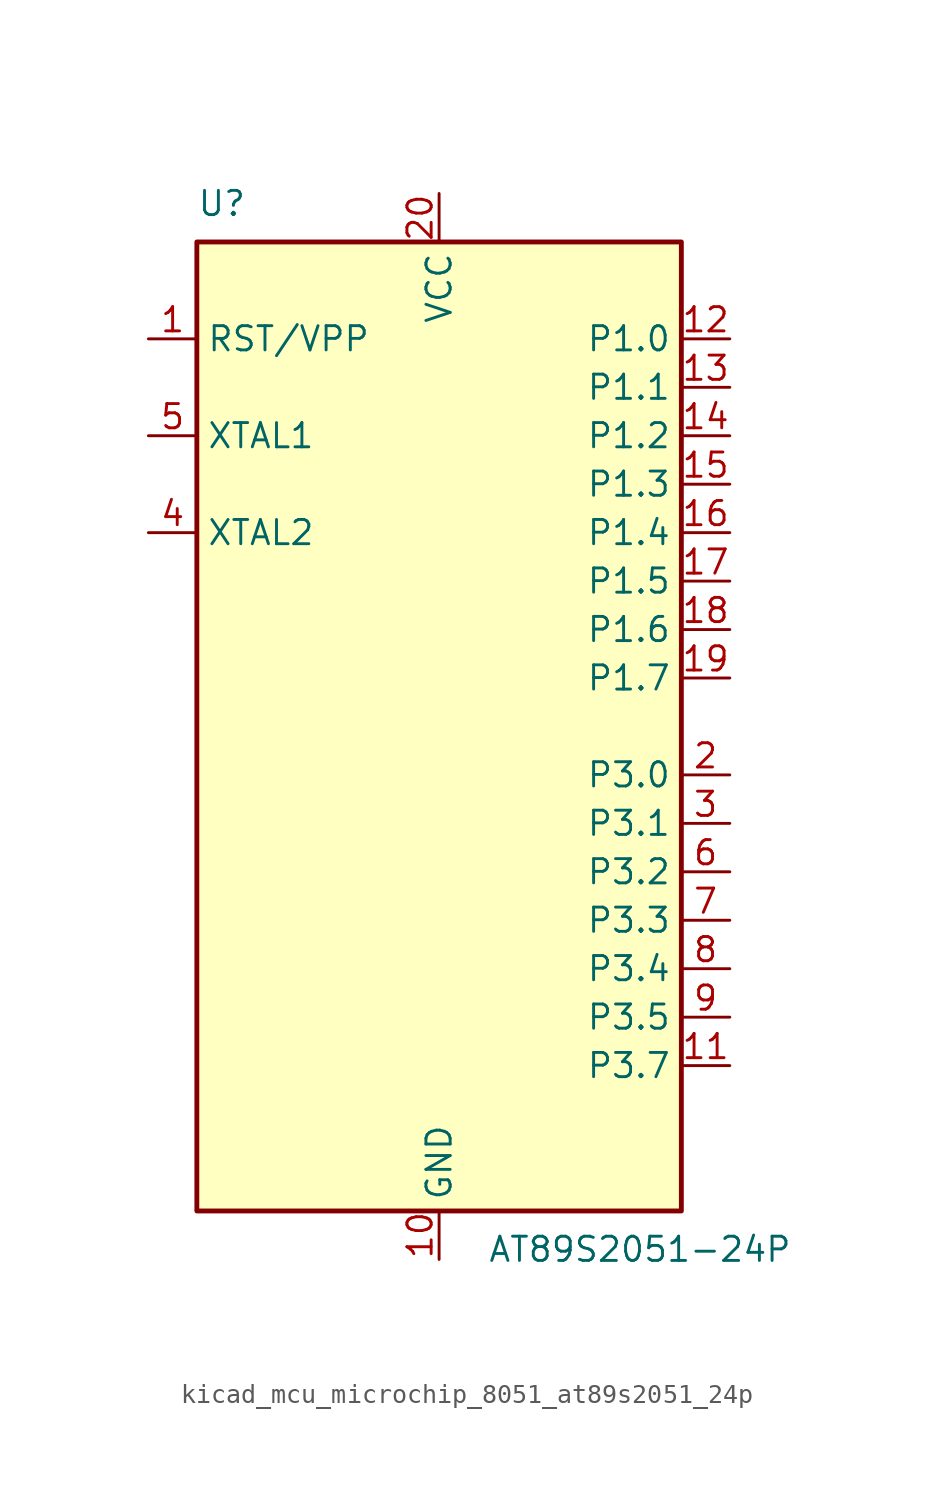
<source format=kicad_sym>
(kicad_symbol_lib
  (version 20220914)
  (generator kicad_symbol_editor)
  (symbol "kicad_mcu_microchip_8051_at89s2051_24p"
    (property "Reference" "U"
      (at -12.7 26.67 0)
      (effects (font (size 1.27 1.27)) (justify left bottom)))
    (property "Value" "AT89S2051-24P"
      (at 2.54 -26.67 0)
      (effects (font (size 1.27 1.27)) (justify left top)))
    (symbol "kicad_mcu_microchip_8051_at89s2051_24p_0_1"
      (rectangle (start -12.7 -25.4) (end 12.7 25.4) (stroke (width 0.254) (type default)) (fill (type background))))
    (symbol "kicad_mcu_microchip_8051_at89s2051_24p_1_1"
      (pin input line (at -15.24 20.32 0) (length 2.54) (name "RST/VPP" (effects (font (size 1.27 1.27)))) (number "1" (effects (font (size 1.27 1.27)))))
      (pin power_in line (at 0 -27.94 90) (length 2.54) (name "GND" (effects (font (size 1.27 1.27)))) (number "10" (effects (font (size 1.27 1.27)))))
      (pin bidirectional line (at 15.24 -17.78 180) (length 2.54) (name "P3.7" (effects (font (size 1.27 1.27)))) (number "11" (effects (font (size 1.27 1.27)))))
      (pin bidirectional line (at 15.24 20.32 180) (length 2.54) (name "P1.0" (effects (font (size 1.27 1.27)))) (number "12" (effects (font (size 1.27 1.27)))))
      (pin bidirectional line (at 15.24 17.78 180) (length 2.54) (name "P1.1" (effects (font (size 1.27 1.27)))) (number "13" (effects (font (size 1.27 1.27)))))
      (pin bidirectional line (at 15.24 15.24 180) (length 2.54) (name "P1.2" (effects (font (size 1.27 1.27)))) (number "14" (effects (font (size 1.27 1.27)))))
      (pin bidirectional line (at 15.24 12.7 180) (length 2.54) (name "P1.3" (effects (font (size 1.27 1.27)))) (number "15" (effects (font (size 1.27 1.27)))))
      (pin bidirectional line (at 15.24 10.16 180) (length 2.54) (name "P1.4" (effects (font (size 1.27 1.27)))) (number "16" (effects (font (size 1.27 1.27)))))
      (pin bidirectional line (at 15.24 7.62 180) (length 2.54) (name "P1.5" (effects (font (size 1.27 1.27)))) (number "17" (effects (font (size 1.27 1.27)))))
      (pin bidirectional line (at 15.24 5.08 180) (length 2.54) (name "P1.6" (effects (font (size 1.27 1.27)))) (number "18" (effects (font (size 1.27 1.27)))))
      (pin bidirectional line (at 15.24 2.54 180) (length 2.54) (name "P1.7" (effects (font (size 1.27 1.27)))) (number "19" (effects (font (size 1.27 1.27)))))
      (pin bidirectional line (at 15.24 -2.54 180) (length 2.54) (name "P3.0" (effects (font (size 1.27 1.27)))) (number "2" (effects (font (size 1.27 1.27)))))
      (pin power_in line (at 0 27.94 270) (length 2.54) (name "VCC" (effects (font (size 1.27 1.27)))) (number "20" (effects (font (size 1.27 1.27)))))
      (pin bidirectional line (at 15.24 -5.08 180) (length 2.54) (name "P3.1" (effects (font (size 1.27 1.27)))) (number "3" (effects (font (size 1.27 1.27)))))
      (pin output line (at -15.24 10.16 0) (length 2.54) (name "XTAL2" (effects (font (size 1.27 1.27)))) (number "4" (effects (font (size 1.27 1.27)))))
      (pin input line (at -15.24 15.24 0) (length 2.54) (name "XTAL1" (effects (font (size 1.27 1.27)))) (number "5" (effects (font (size 1.27 1.27)))))
      (pin bidirectional line (at 15.24 -7.62 180) (length 2.54) (name "P3.2" (effects (font (size 1.27 1.27)))) (number "6" (effects (font (size 1.27 1.27)))))
      (pin bidirectional line (at 15.24 -10.16 180) (length 2.54) (name "P3.3" (effects (font (size 1.27 1.27)))) (number "7" (effects (font (size 1.27 1.27)))))
      (pin bidirectional line (at 15.24 -12.7 180) (length 2.54) (name "P3.4" (effects (font (size 1.27 1.27)))) (number "8" (effects (font (size 1.27 1.27)))))
      (pin bidirectional line (at 15.24 -15.24 180) (length 2.54) (name "P3.5" (effects (font (size 1.27 1.27)))) (number "9" (effects (font (size 1.27 1.27))))))))
</source>
